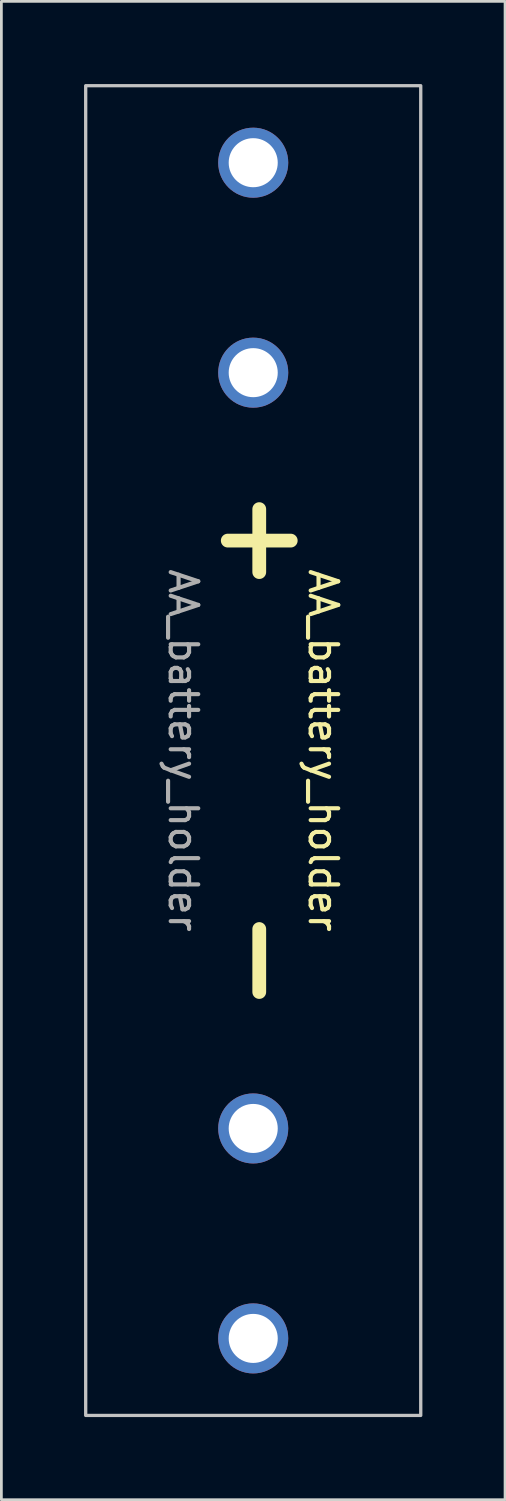
<source format=kicad_pcb>
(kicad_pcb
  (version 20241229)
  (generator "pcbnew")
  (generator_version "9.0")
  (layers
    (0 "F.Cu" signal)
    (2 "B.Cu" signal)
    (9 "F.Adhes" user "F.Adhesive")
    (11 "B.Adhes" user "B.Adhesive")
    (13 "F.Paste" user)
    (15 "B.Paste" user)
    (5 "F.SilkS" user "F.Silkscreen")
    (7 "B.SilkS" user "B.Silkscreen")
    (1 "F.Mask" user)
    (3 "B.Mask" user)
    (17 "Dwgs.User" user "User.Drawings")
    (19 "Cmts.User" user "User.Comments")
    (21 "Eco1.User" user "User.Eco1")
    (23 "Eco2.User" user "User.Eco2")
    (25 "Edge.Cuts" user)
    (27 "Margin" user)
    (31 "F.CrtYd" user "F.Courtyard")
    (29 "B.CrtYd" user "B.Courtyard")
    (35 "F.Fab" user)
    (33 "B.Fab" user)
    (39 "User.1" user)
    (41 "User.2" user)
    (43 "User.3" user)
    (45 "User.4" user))
  (footprint "AA_battery_holder"
    (layer "F.Cu")
    (at 6.14 24.19)
    (property "Reference" "AA_battery_holder" (at 2.54 0 270) (unlocked yes) (layer "F.SilkS") (effects (font (size 1 1) (thickness 0.15))))
    (attr through_hole)
    (fp_rect (start -6.08 -24.13) (end 6.08 24.13) (stroke (width 0.12) (type solid)) (fill no) (layer "Dwgs.User"))
    (fp_text user "+" (at 0 -7.62 90) (unlocked yes) (layer "F.SilkS") (effects (font (size 3 3) (thickness 0.5))))
    (fp_text user "-" (at 0 7.62 90) (unlocked yes) (layer "F.SilkS") (effects (font (size 3 3) (thickness 0.5))))
    (fp_text user "${REFERENCE}" (at -2.54 0 270) (unlocked yes) (layer "F.Fab") (effects (font (size 1 1) (thickness 0.15))))
    (pad "1" thru_hole circle (at 0 -21.335) (size 2.542 2.542) (drill 1.78) (layers "*.Cu" "*.Mask"))
    (pad "1" thru_hole circle (at 0 -13.715) (size 2.542 2.542) (drill 1.78) (layers "*.Cu" "*.Mask"))
    (pad "2" thru_hole circle (at 0 13.715) (size 2.542 2.542) (drill 1.78) (layers "*.Cu" "*.Mask"))
    (pad "2" thru_hole circle (at 0 21.335) (size 2.542 2.542) (drill 1.78) (layers "*.Cu" "*.Mask")))
  (gr_rect
    (start -3 -3)
    (end 15.28 51.38)
    (stroke (width 0.1) (type default))
    (fill no)
    (layer "Edge.Cuts")))
</source>
